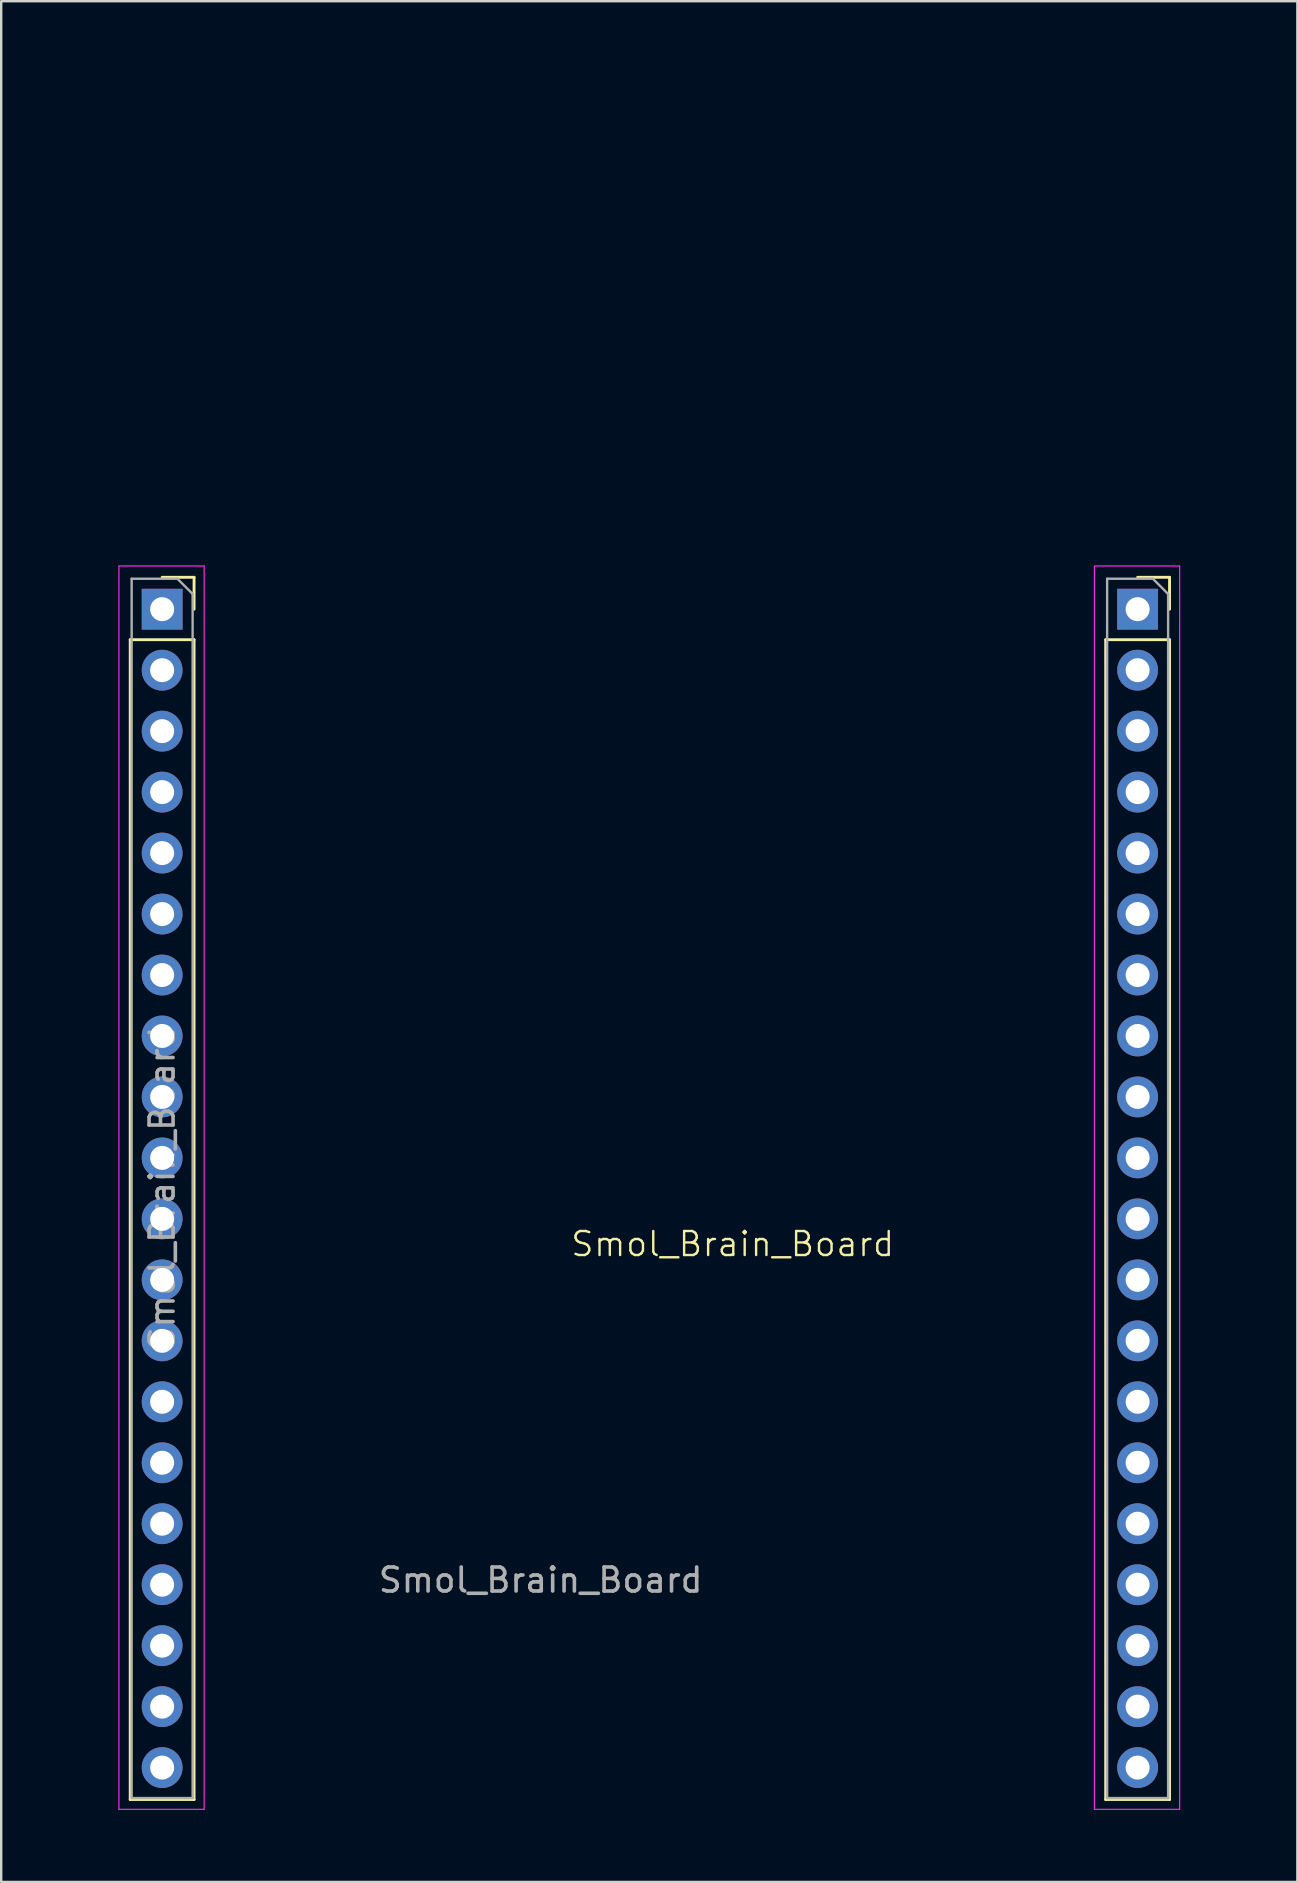
<source format=kicad_pcb>
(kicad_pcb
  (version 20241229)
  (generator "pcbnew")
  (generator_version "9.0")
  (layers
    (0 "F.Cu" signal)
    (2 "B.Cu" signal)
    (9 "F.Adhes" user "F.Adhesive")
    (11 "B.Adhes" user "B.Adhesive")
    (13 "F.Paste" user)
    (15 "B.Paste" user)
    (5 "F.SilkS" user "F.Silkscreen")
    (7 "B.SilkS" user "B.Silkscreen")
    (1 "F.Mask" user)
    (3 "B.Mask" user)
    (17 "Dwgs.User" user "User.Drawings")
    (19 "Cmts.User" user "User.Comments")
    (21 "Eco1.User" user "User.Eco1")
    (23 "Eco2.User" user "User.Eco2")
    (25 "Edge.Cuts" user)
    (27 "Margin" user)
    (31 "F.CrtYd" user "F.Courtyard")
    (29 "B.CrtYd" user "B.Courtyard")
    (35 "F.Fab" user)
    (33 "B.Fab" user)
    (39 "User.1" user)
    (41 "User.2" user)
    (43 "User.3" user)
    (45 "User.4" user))
  (footprint "Smol_Brain_Board"
    (layer "F.Cu")
    (at 27.475 49.278)
    (property "Reference" "Smol_Brain_Board" (at 0 -0.5 0) (unlocked yes) (layer "F.SilkS") (effects (font (size 1 1) (thickness 0.1))))
    (attr smd)
    (fp_line (start -25.1 -25.677) (end -25.1 22.642) (stroke (width 0.12) (type solid)) (layer "F.SilkS"))
    (fp_line (start -25.1 -25.677) (end -22.44 -25.677) (stroke (width 0.12) (type solid)) (layer "F.SilkS"))
    (fp_line (start -25.1 22.642) (end -22.44 22.642) (stroke (width 0.12) (type solid)) (layer "F.SilkS"))
    (fp_line (start -23.77 -28.277) (end -22.44 -28.277) (stroke (width 0.12) (type solid)) (layer "F.SilkS"))
    (fp_line (start -22.44 -28.277) (end -22.44 -26.948) (stroke (width 0.12) (type solid)) (layer "F.SilkS"))
    (fp_line (start -22.44 -25.677) (end -22.44 22.642) (stroke (width 0.12) (type solid)) (layer "F.SilkS"))
    (fp_line (start 15.54 -25.677) (end 15.54 22.642) (stroke (width 0.12) (type solid)) (layer "F.SilkS"))
    (fp_line (start 15.54 -25.677) (end 18.2 -25.677) (stroke (width 0.12) (type solid)) (layer "F.SilkS"))
    (fp_line (start 15.54 22.642) (end 18.2 22.642) (stroke (width 0.12) (type solid)) (layer "F.SilkS"))
    (fp_line (start 16.87 -28.277) (end 18.2 -28.277) (stroke (width 0.12) (type solid)) (layer "F.SilkS"))
    (fp_line (start 18.2 -28.277) (end 18.2 -26.948) (stroke (width 0.12) (type solid)) (layer "F.SilkS"))
    (fp_line (start 18.2 -25.677) (end 18.2 22.642) (stroke (width 0.12) (type solid)) (layer "F.SilkS"))
    (fp_line (start -25.57 -28.747) (end -22.02 -28.747) (stroke (width 0.05) (type solid)) (layer "F.CrtYd"))
    (fp_line (start -25.57 23.052) (end -25.57 -28.747) (stroke (width 0.05) (type solid)) (layer "F.CrtYd"))
    (fp_line (start -22.02 -28.747) (end -22.02 23.052) (stroke (width 0.05) (type solid)) (layer "F.CrtYd"))
    (fp_line (start -22.02 23.052) (end -25.57 23.052) (stroke (width 0.05) (type solid)) (layer "F.CrtYd"))
    (fp_line (start 15.07 -28.747) (end 18.62 -28.747) (stroke (width 0.05) (type solid)) (layer "F.CrtYd"))
    (fp_line (start 15.07 23.052) (end 15.07 -28.747) (stroke (width 0.05) (type solid)) (layer "F.CrtYd"))
    (fp_line (start 18.62 -28.747) (end 18.62 23.052) (stroke (width 0.05) (type solid)) (layer "F.CrtYd"))
    (fp_line (start 18.62 23.052) (end 15.07 23.052) (stroke (width 0.05) (type solid)) (layer "F.CrtYd"))
    (fp_line (start -25.04 -28.218) (end -23.135 -28.218) (stroke (width 0.1) (type solid)) (layer "F.Fab"))
    (fp_line (start -25.04 22.582) (end -25.04 -28.218) (stroke (width 0.1) (type solid)) (layer "F.Fab"))
    (fp_line (start -23.135 -28.218) (end -22.5 -27.582) (stroke (width 0.1) (type solid)) (layer "F.Fab"))
    (fp_line (start -22.5 -27.582) (end -22.5 22.582) (stroke (width 0.1) (type solid)) (layer "F.Fab"))
    (fp_line (start -22.5 22.582) (end -25.04 22.582) (stroke (width 0.1) (type solid)) (layer "F.Fab"))
    (fp_line (start 15.6 -28.218) (end 17.505 -28.218) (stroke (width 0.1) (type solid)) (layer "F.Fab"))
    (fp_line (start 15.6 22.582) (end 15.6 -28.218) (stroke (width 0.1) (type solid)) (layer "F.Fab"))
    (fp_line (start 17.505 -28.218) (end 18.14 -27.582) (stroke (width 0.1) (type solid)) (layer "F.Fab"))
    (fp_line (start 18.14 -27.582) (end 18.14 22.582) (stroke (width 0.1) (type solid)) (layer "F.Fab"))
    (fp_line (start 18.14 22.582) (end 15.6 22.582) (stroke (width 0.1) (type solid)) (layer "F.Fab"))
    (fp_text user "${REFERENCE}" (at -8 13.5 0) (unlocked yes) (layer "F.Fab") (effects (font (size 1 1) (thickness 0.15))))
    (fp_text user "${REFERENCE}" (at -23.77 -2.817 90) (layer "F.Fab") (effects (font (size 1 1) (thickness 0.15))))
    (pad "1" thru_hole rect (at -23.77 -26.948) (size 1.7 1.7) (drill 1) (layers "*.Cu" "*.Mask"))
    (pad "2" thru_hole oval (at -23.77 -24.407) (size 1.7 1.7) (drill 1) (layers "*.Cu" "*.Mask"))
    (pad "3" thru_hole oval (at -23.77 -21.867) (size 1.7 1.7) (drill 1) (layers "*.Cu" "*.Mask"))
    (pad "4" thru_hole oval (at -23.77 -19.328) (size 1.7 1.7) (drill 1) (layers "*.Cu" "*.Mask"))
    (pad "5" thru_hole oval (at -23.77 -16.788) (size 1.7 1.7) (drill 1) (layers "*.Cu" "*.Mask"))
    (pad "6" thru_hole oval (at -23.77 -14.248) (size 1.7 1.7) (drill 1) (layers "*.Cu" "*.Mask"))
    (pad "7" thru_hole oval (at -23.77 -11.707) (size 1.7 1.7) (drill 1) (layers "*.Cu" "*.Mask"))
    (pad "8" thru_hole oval (at -23.77 -9.168) (size 1.7 1.7) (drill 1) (layers "*.Cu" "*.Mask"))
    (pad "9" thru_hole oval (at -23.77 -6.628) (size 1.7 1.7) (drill 1) (layers "*.Cu" "*.Mask"))
    (pad "10" thru_hole oval (at -23.77 -4.088) (size 1.7 1.7) (drill 1) (layers "*.Cu" "*.Mask"))
    (pad "11" thru_hole oval (at -23.77 -1.548) (size 1.7 1.7) (drill 1) (layers "*.Cu" "*.Mask"))
    (pad "12" thru_hole oval (at -23.77 0.993) (size 1.7 1.7) (drill 1) (layers "*.Cu" "*.Mask"))
    (pad "13" thru_hole oval (at -23.77 3.533) (size 1.7 1.7) (drill 1) (layers "*.Cu" "*.Mask"))
    (pad "14" thru_hole oval (at -23.77 6.072) (size 1.7 1.7) (drill 1) (layers "*.Cu" "*.Mask"))
    (pad "15" thru_hole oval (at -23.77 8.613) (size 1.7 1.7) (drill 1) (layers "*.Cu" "*.Mask"))
    (pad "16" thru_hole oval (at -23.77 11.152) (size 1.7 1.7) (drill 1) (layers "*.Cu" "*.Mask"))
    (pad "17" thru_hole oval (at -23.77 13.693) (size 1.7 1.7) (drill 1) (layers "*.Cu" "*.Mask"))
    (pad "18" thru_hole oval (at -23.77 16.233) (size 1.7 1.7) (drill 1) (layers "*.Cu" "*.Mask"))
    (pad "19" thru_hole oval (at -23.77 18.773) (size 1.7 1.7) (drill 1) (layers "*.Cu" "*.Mask"))
    (pad "20" thru_hole oval (at -23.77 21.312) (size 1.7 1.7) (drill 1) (layers "*.Cu" "*.Mask"))
    (pad "21" thru_hole oval (at 16.87 21.312) (size 1.7 1.7) (drill 1) (layers "*.Cu" "*.Mask"))
    (pad "22" thru_hole oval (at 16.87 18.773) (size 1.7 1.7) (drill 1) (layers "*.Cu" "*.Mask"))
    (pad "23" thru_hole oval (at 16.87 16.233) (size 1.7 1.7) (drill 1) (layers "*.Cu" "*.Mask"))
    (pad "24" thru_hole oval (at 16.87 13.693) (size 1.7 1.7) (drill 1) (layers "*.Cu" "*.Mask"))
    (pad "25" thru_hole oval (at 16.87 11.152) (size 1.7 1.7) (drill 1) (layers "*.Cu" "*.Mask"))
    (pad "26" thru_hole oval (at 16.87 8.613) (size 1.7 1.7) (drill 1) (layers "*.Cu" "*.Mask"))
    (pad "27" thru_hole oval (at 16.87 6.072) (size 1.7 1.7) (drill 1) (layers "*.Cu" "*.Mask"))
    (pad "28" thru_hole oval (at 16.87 3.533) (size 1.7 1.7) (drill 1) (layers "*.Cu" "*.Mask"))
    (pad "29" thru_hole oval (at 16.87 0.993) (size 1.7 1.7) (drill 1) (layers "*.Cu" "*.Mask"))
    (pad "30" thru_hole oval (at 16.87 -1.548) (size 1.7 1.7) (drill 1) (layers "*.Cu" "*.Mask"))
    (pad "31" thru_hole oval (at 16.87 -4.088) (size 1.7 1.7) (drill 1) (layers "*.Cu" "*.Mask"))
    (pad "32" thru_hole oval (at 16.87 -6.628) (size 1.7 1.7) (drill 1) (layers "*.Cu" "*.Mask"))
    (pad "33" thru_hole oval (at 16.87 -9.168) (size 1.7 1.7) (drill 1) (layers "*.Cu" "*.Mask"))
    (pad "34" thru_hole oval (at 16.87 -11.707) (size 1.7 1.7) (drill 1) (layers "*.Cu" "*.Mask"))
    (pad "35" thru_hole oval (at 16.87 -14.248) (size 1.7 1.7) (drill 1) (layers "*.Cu" "*.Mask"))
    (pad "36" thru_hole oval (at 16.87 -16.788) (size 1.7 1.7) (drill 1) (layers "*.Cu" "*.Mask"))
    (pad "37" thru_hole oval (at 16.87 -19.328) (size 1.7 1.7) (drill 1) (layers "*.Cu" "*.Mask"))
    (pad "38" thru_hole oval (at 16.87 -21.867) (size 1.7 1.7) (drill 1) (layers "*.Cu" "*.Mask"))
    (pad "39" thru_hole oval (at 16.87 -24.407) (size 1.7 1.7) (drill 1) (layers "*.Cu" "*.Mask"))
    (pad "40" thru_hole rect (at 16.87 -26.948) (size 1.7 1.7) (drill 1) (layers "*.Cu" "*.Mask"))
    (zone (net_name "") (layer "F.CrtYd") (hatch edge 0.5) (connect_pads) (min_thickness 0.25) (filled_areas_thickness no) (keepout (tracks not_allowed) (vias not_allowed) (pads not_allowed) (copperpour not_allowed) (footprints not_allowed)) (placement (enabled no)) (fill) (polygon (pts (xy 0 0) (xy 48 0) (xy 48 21) (xy 0 21)))))
  (gr_rect
    (start -3 -3)
    (end 51 75.355)
    (stroke (width 0.1) (type default))
    (fill no)
    (layer "Edge.Cuts")))
</source>
